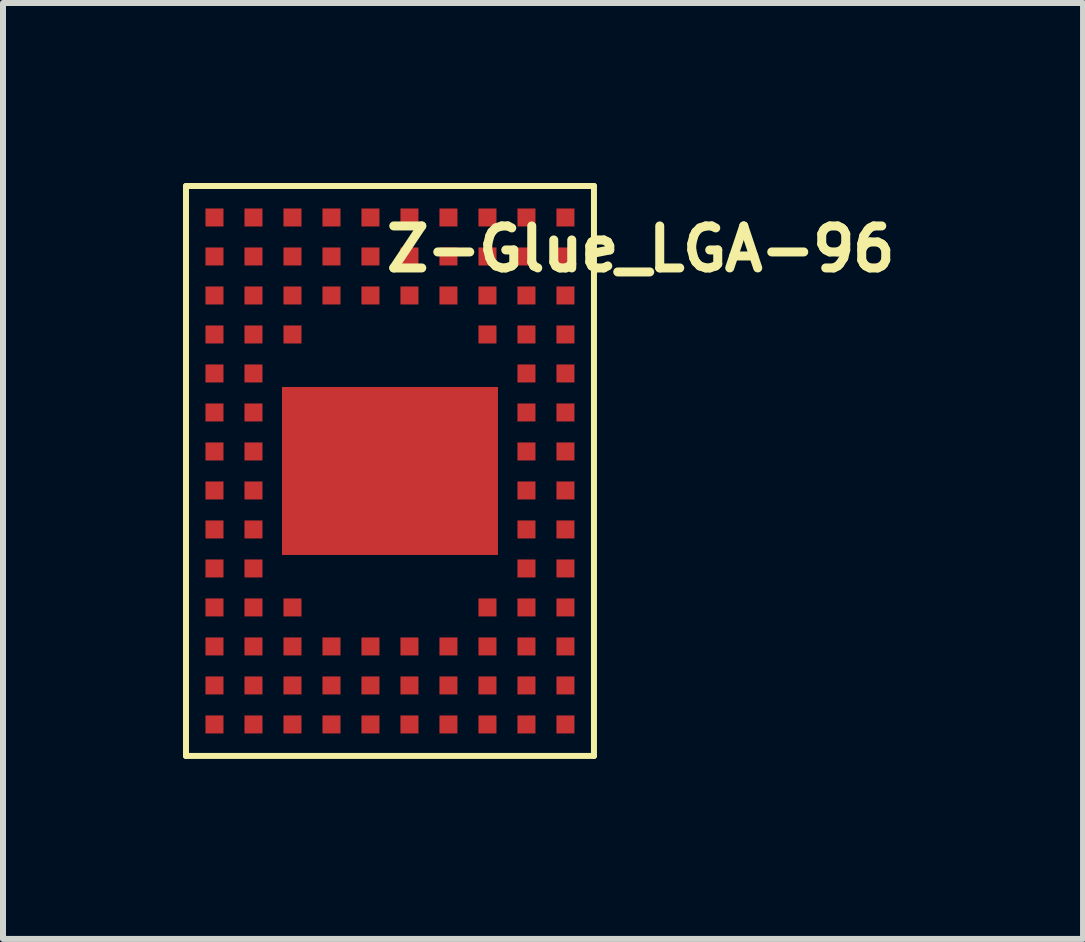
<source format=kicad_pcb>
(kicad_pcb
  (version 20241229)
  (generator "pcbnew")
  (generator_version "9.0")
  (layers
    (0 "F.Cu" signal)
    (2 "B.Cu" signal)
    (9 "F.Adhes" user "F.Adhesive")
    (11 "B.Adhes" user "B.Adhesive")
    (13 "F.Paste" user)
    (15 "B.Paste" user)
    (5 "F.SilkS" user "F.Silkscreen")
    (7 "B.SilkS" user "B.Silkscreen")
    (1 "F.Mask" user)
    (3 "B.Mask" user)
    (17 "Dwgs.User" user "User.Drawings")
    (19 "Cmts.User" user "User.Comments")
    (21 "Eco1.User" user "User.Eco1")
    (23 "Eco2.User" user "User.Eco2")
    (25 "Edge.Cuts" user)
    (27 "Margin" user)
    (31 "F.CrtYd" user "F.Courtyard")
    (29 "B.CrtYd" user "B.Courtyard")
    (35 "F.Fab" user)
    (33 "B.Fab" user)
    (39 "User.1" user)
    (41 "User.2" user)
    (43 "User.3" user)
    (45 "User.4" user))
  (footprint "Z-Glue_LGA-96"
    (layer "F.Cu")
    (at 3.45 4.8)
    (property "Reference" "Z-Glue_LGA-96" (at 4.18 -3.7 0) (layer "F.SilkS") (effects (font (size 0.7 0.7) (thickness 0.15))))
    (attr through_hole)
    (fp_line (start -3.4 -4.75) (end -3.4 4.75) (stroke (width 0.1) (type solid)) (layer "F.SilkS"))
    (fp_line (start -3.4 -4.75) (end 3.4 -4.75) (stroke (width 0.1) (type solid)) (layer "F.SilkS"))
    (fp_line (start -3.4 4.75) (end 3.4 4.75) (stroke (width 0.1) (type solid)) (layer "F.SilkS"))
    (fp_line (start 3.4 -4.75) (end 3.4 4.75) (stroke (width 0.1) (type solid)) (layer "F.SilkS"))
    (pad "A1" smd rect (at 2.925 4.225) (size 0.3 0.3) (layers "F.Cu" "F.Mask" "F.Paste"))
    (pad "A2" smd rect (at 2.275 4.225) (size 0.3 0.3) (layers "F.Cu" "F.Mask" "F.Paste"))
    (pad "A3" smd rect (at 1.625 4.225) (size 0.3 0.3) (layers "F.Cu" "F.Mask" "F.Paste"))
    (pad "A4" smd rect (at 0.975 4.225) (size 0.3 0.3) (layers "F.Cu" "F.Mask" "F.Paste"))
    (pad "A5" smd rect (at 0.325 4.225) (size 0.3 0.3) (layers "F.Cu" "F.Mask" "F.Paste"))
    (pad "A6" smd rect (at -0.325 4.225) (size 0.3 0.3) (layers "F.Cu" "F.Mask" "F.Paste"))
    (pad "A7" smd rect (at -0.975 4.225) (size 0.3 0.3) (layers "F.Cu" "F.Mask" "F.Paste"))
    (pad "A8" smd rect (at -1.625 4.225) (size 0.3 0.3) (layers "F.Cu" "F.Mask" "F.Paste"))
    (pad "A9" smd rect (at -2.275 4.225) (size 0.3 0.3) (layers "F.Cu" "F.Mask" "F.Paste"))
    (pad "A10" smd rect (at -2.925 4.225) (size 0.3 0.3) (layers "F.Cu" "F.Mask" "F.Paste"))
    (pad "B1" smd rect (at 2.925 3.575) (size 0.3 0.3) (layers "F.Cu" "F.Mask" "F.Paste"))
    (pad "B2" smd rect (at 2.275 3.575) (size 0.3 0.3) (layers "F.Cu" "F.Mask" "F.Paste"))
    (pad "B3" smd rect (at 1.625 3.575) (size 0.3 0.3) (layers "F.Cu" "F.Mask" "F.Paste"))
    (pad "B4" smd rect (at 0.975 3.575) (size 0.3 0.3) (layers "F.Cu" "F.Mask" "F.Paste"))
    (pad "B5" smd rect (at 0.325 3.575) (size 0.3 0.3) (layers "F.Cu" "F.Mask" "F.Paste"))
    (pad "B6" smd rect (at -0.325 3.575) (size 0.3 0.3) (layers "F.Cu" "F.Mask" "F.Paste"))
    (pad "B7" smd rect (at -0.975 3.575) (size 0.3 0.3) (layers "F.Cu" "F.Mask" "F.Paste"))
    (pad "B8" smd rect (at -1.625 3.575) (size 0.3 0.3) (layers "F.Cu" "F.Mask" "F.Paste"))
    (pad "B9" smd rect (at -2.275 3.575) (size 0.3 0.3) (layers "F.Cu" "F.Mask" "F.Paste"))
    (pad "B10" smd rect (at -2.925 3.575) (size 0.3 0.3) (layers "F.Cu" "F.Mask" "F.Paste"))
    (pad "C1" smd rect (at 2.925 2.925) (size 0.3 0.3) (layers "F.Cu" "F.Mask" "F.Paste"))
    (pad "C2" smd rect (at 2.275 2.925) (size 0.3 0.3) (layers "F.Cu" "F.Mask" "F.Paste"))
    (pad "C3" smd rect (at 1.625 2.925) (size 0.3 0.3) (layers "F.Cu" "F.Mask" "F.Paste"))
    (pad "C4" smd rect (at 0.975 2.925) (size 0.3 0.3) (layers "F.Cu" "F.Mask" "F.Paste"))
    (pad "C5" smd rect (at 0.325 2.925) (size 0.3 0.3) (layers "F.Cu" "F.Mask" "F.Paste"))
    (pad "C6" smd rect (at -0.325 2.925) (size 0.3 0.3) (layers "F.Cu" "F.Mask" "F.Paste"))
    (pad "C7" smd rect (at -0.975 2.925) (size 0.3 0.3) (layers "F.Cu" "F.Mask" "F.Paste"))
    (pad "C8" smd rect (at -1.625 2.925) (size 0.3 0.3) (layers "F.Cu" "F.Mask" "F.Paste"))
    (pad "C9" smd rect (at -2.275 2.925) (size 0.3 0.3) (layers "F.Cu" "F.Mask" "F.Paste"))
    (pad "C10" smd rect (at -2.925 2.925) (size 0.3 0.3) (layers "F.Cu" "F.Mask" "F.Paste"))
    (pad "D1" smd rect (at 2.925 2.275) (size 0.3 0.3) (layers "F.Cu" "F.Mask" "F.Paste"))
    (pad "D2" smd rect (at 2.275 2.275) (size 0.3 0.3) (layers "F.Cu" "F.Mask" "F.Paste"))
    (pad "D3" smd rect (at 1.625 2.275) (size 0.3 0.3) (layers "F.Cu" "F.Mask" "F.Paste"))
    (pad "D8" smd rect (at -1.625 2.275) (size 0.3 0.3) (layers "F.Cu" "F.Mask" "F.Paste"))
    (pad "D9" smd rect (at -2.275 2.275) (size 0.3 0.3) (layers "F.Cu" "F.Mask" "F.Paste"))
    (pad "D10" smd rect (at -2.925 2.275) (size 0.3 0.3) (layers "F.Cu" "F.Mask" "F.Paste"))
    (pad "E1" smd rect (at 2.925 1.625) (size 0.3 0.3) (layers "F.Cu" "F.Mask" "F.Paste"))
    (pad "E2" smd rect (at 2.275 1.625) (size 0.3 0.3) (layers "F.Cu" "F.Mask" "F.Paste"))
    (pad "E9" smd rect (at -2.275 1.625) (size 0.3 0.3) (layers "F.Cu" "F.Mask" "F.Paste"))
    (pad "E10" smd rect (at -2.925 1.625) (size 0.3 0.3) (layers "F.Cu" "F.Mask" "F.Paste"))
    (pad "EP" smd rect (at 0 0) (size 3.6 2.8) (layers "F.Cu" "F.Mask" "F.Paste"))
    (pad "F1" smd rect (at 2.925 0.975) (size 0.3 0.3) (layers "F.Cu" "F.Mask" "F.Paste"))
    (pad "F2" smd rect (at 2.275 0.975) (size 0.3 0.3) (layers "F.Cu" "F.Mask" "F.Paste"))
    (pad "F9" smd rect (at -2.275 0.975) (size 0.3 0.3) (layers "F.Cu" "F.Mask" "F.Paste"))
    (pad "F10" smd rect (at -2.925 0.975) (size 0.3 0.3) (layers "F.Cu" "F.Mask" "F.Paste"))
    (pad "G1" smd rect (at 2.925 0.325) (size 0.3 0.3) (layers "F.Cu" "F.Mask" "F.Paste"))
    (pad "G2" smd rect (at 2.275 0.325) (size 0.3 0.3) (layers "F.Cu" "F.Mask" "F.Paste"))
    (pad "G9" smd rect (at -2.275 0.325) (size 0.3 0.3) (layers "F.Cu" "F.Mask" "F.Paste"))
    (pad "G10" smd rect (at -2.925 0.325) (size 0.3 0.3) (layers "F.Cu" "F.Mask" "F.Paste"))
    (pad "H1" smd rect (at 2.925 -0.325) (size 0.3 0.3) (layers "F.Cu" "F.Mask" "F.Paste"))
    (pad "H2" smd rect (at 2.275 -0.325) (size 0.3 0.3) (layers "F.Cu" "F.Mask" "F.Paste"))
    (pad "H9" smd rect (at -2.275 -0.325) (size 0.3 0.3) (layers "F.Cu" "F.Mask" "F.Paste"))
    (pad "H10" smd rect (at -2.925 -0.325) (size 0.3 0.3) (layers "F.Cu" "F.Mask" "F.Paste"))
    (pad "J1" smd rect (at 2.925 -0.975) (size 0.3 0.3) (layers "F.Cu" "F.Mask" "F.Paste"))
    (pad "J2" smd rect (at 2.275 -0.975) (size 0.3 0.3) (layers "F.Cu" "F.Mask" "F.Paste"))
    (pad "J9" smd rect (at -2.275 -0.975) (size 0.3 0.3) (layers "F.Cu" "F.Mask" "F.Paste"))
    (pad "J10" smd rect (at -2.925 -0.975) (size 0.3 0.3) (layers "F.Cu" "F.Mask" "F.Paste"))
    (pad "K1" smd rect (at 2.925 -1.625 90) (size 0.3 0.3) (layers "F.Cu" "F.Mask" "F.Paste"))
    (pad "K2" smd rect (at 2.275 -1.625) (size 0.3 0.3) (layers "F.Cu" "F.Mask" "F.Paste"))
    (pad "K9" smd rect (at -2.275 -1.625) (size 0.3 0.3) (layers "F.Cu" "F.Mask" "F.Paste"))
    (pad "K10" smd rect (at -2.925 -1.625) (size 0.3 0.3) (layers "F.Cu" "F.Mask" "F.Paste"))
    (pad "L1" smd rect (at 2.925 -2.275) (size 0.3 0.3) (layers "F.Cu" "F.Mask" "F.Paste"))
    (pad "L2" smd rect (at 2.275 -2.275) (size 0.3 0.3) (layers "F.Cu" "F.Mask" "F.Paste"))
    (pad "L3" smd rect (at 1.625 -2.275) (size 0.3 0.3) (layers "F.Cu" "F.Mask" "F.Paste"))
    (pad "L8" smd rect (at -1.625 -2.275) (size 0.3 0.3) (layers "F.Cu" "F.Mask" "F.Paste"))
    (pad "L9" smd rect (at -2.275 -2.275) (size 0.3 0.3) (layers "F.Cu" "F.Mask" "F.Paste"))
    (pad "L10" smd rect (at -2.925 -2.275) (size 0.3 0.3) (layers "F.Cu" "F.Mask" "F.Paste"))
    (pad "M1" smd rect (at 2.925 -2.925) (size 0.3 0.3) (layers "F.Cu" "F.Mask" "F.Paste"))
    (pad "M2" smd rect (at 2.275 -2.925) (size 0.3 0.3) (layers "F.Cu" "F.Mask" "F.Paste"))
    (pad "M3" smd rect (at 1.625 -2.925) (size 0.3 0.3) (layers "F.Cu" "F.Mask" "F.Paste"))
    (pad "M4" smd rect (at 0.975 -2.925) (size 0.3 0.3) (layers "F.Cu" "F.Mask" "F.Paste"))
    (pad "M5" smd rect (at 0.325 -2.925) (size 0.3 0.3) (layers "F.Cu" "F.Mask" "F.Paste"))
    (pad "M6" smd rect (at -0.325 -2.925) (size 0.3 0.3) (layers "F.Cu" "F.Mask" "F.Paste"))
    (pad "M7" smd rect (at -0.975 -2.925) (size 0.3 0.3) (layers "F.Cu" "F.Mask" "F.Paste"))
    (pad "M8" smd rect (at -1.625 -2.925) (size 0.3 0.3) (layers "F.Cu" "F.Mask" "F.Paste"))
    (pad "M9" smd rect (at -2.275 -2.925) (size 0.3 0.3) (layers "F.Cu" "F.Mask" "F.Paste"))
    (pad "M10" smd rect (at -2.925 -2.925) (size 0.3 0.3) (layers "F.Cu" "F.Mask" "F.Paste"))
    (pad "N1" smd rect (at 2.925 -3.575) (size 0.3 0.3) (layers "F.Cu" "F.Mask" "F.Paste"))
    (pad "N2" smd rect (at 2.275 -3.575) (size 0.3 0.3) (layers "F.Cu" "F.Mask" "F.Paste"))
    (pad "N3" smd rect (at 1.625 -3.575) (size 0.3 0.3) (layers "F.Cu" "F.Mask" "F.Paste"))
    (pad "N4" smd rect (at 0.975 -3.575) (size 0.3 0.3) (layers "F.Cu" "F.Mask" "F.Paste"))
    (pad "N5" smd rect (at 0.325 -3.575) (size 0.3 0.3) (layers "F.Cu" "F.Mask" "F.Paste"))
    (pad "N6" smd rect (at -0.325 -3.575) (size 0.3 0.3) (layers "F.Cu" "F.Mask" "F.Paste"))
    (pad "N7" smd rect (at -0.975 -3.575) (size 0.3 0.3) (layers "F.Cu" "F.Mask" "F.Paste"))
    (pad "N8" smd rect (at -1.625 -3.575) (size 0.3 0.3) (layers "F.Cu" "F.Mask" "F.Paste"))
    (pad "N9" smd rect (at -2.275 -3.575) (size 0.3 0.3) (layers "F.Cu" "F.Mask" "F.Paste"))
    (pad "N10" smd rect (at -2.925 -3.575) (size 0.3 0.3) (layers "F.Cu" "F.Mask" "F.Paste"))
    (pad "P1" smd rect (at 2.925 -4.225) (size 0.3 0.3) (layers "F.Cu" "F.Mask" "F.Paste"))
    (pad "P2" smd rect (at 2.275 -4.225) (size 0.3 0.3) (layers "F.Cu" "F.Mask" "F.Paste"))
    (pad "P3" smd rect (at 1.625 -4.225) (size 0.3 0.3) (layers "F.Cu" "F.Mask" "F.Paste"))
    (pad "P4" smd rect (at 0.975 -4.225) (size 0.3 0.3) (layers "F.Cu" "F.Mask" "F.Paste"))
    (pad "P5" smd rect (at 0.325 -4.225) (size 0.3 0.3) (layers "F.Cu" "F.Mask" "F.Paste"))
    (pad "P6" smd rect (at -0.325 -4.225 90) (size 0.3 0.3) (layers "F.Cu" "F.Mask" "F.Paste"))
    (pad "P7" smd rect (at -0.975 -4.225) (size 0.3 0.3) (layers "F.Cu" "F.Mask" "F.Paste"))
    (pad "P8" smd rect (at -1.625 -4.225) (size 0.3 0.3) (layers "F.Cu" "F.Mask" "F.Paste"))
    (pad "P9" smd rect (at -2.275 -4.225) (size 0.3 0.3) (layers "F.Cu" "F.Mask" "F.Paste"))
    (pad "P10" smd rect (at -2.925 -4.225) (size 0.3 0.3) (layers "F.Cu" "F.Mask" "F.Paste")))
  (gr_rect
    (start -3 -3)
    (end 15.002 12.6)
    (stroke (width 0.1) (type default))
    (fill no)
    (layer "Edge.Cuts")))
</source>
